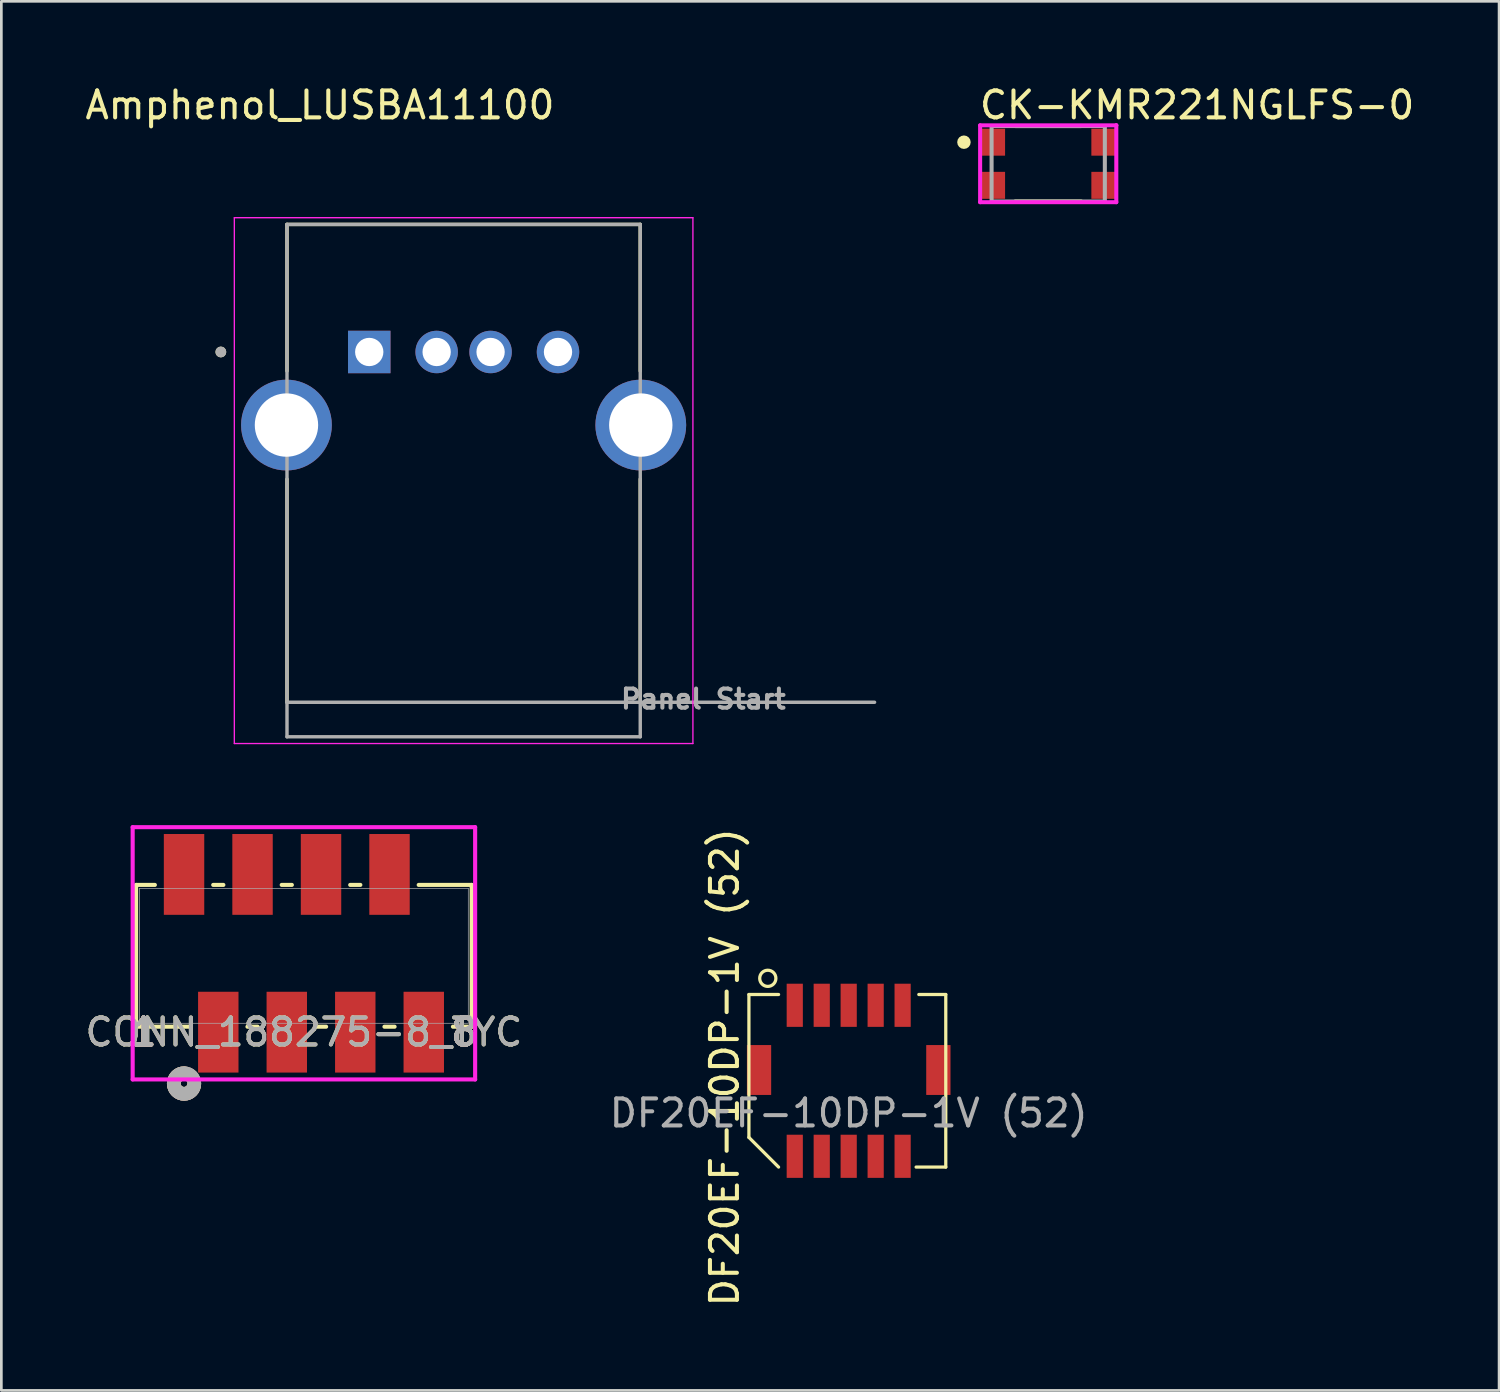
<source format=kicad_pcb>
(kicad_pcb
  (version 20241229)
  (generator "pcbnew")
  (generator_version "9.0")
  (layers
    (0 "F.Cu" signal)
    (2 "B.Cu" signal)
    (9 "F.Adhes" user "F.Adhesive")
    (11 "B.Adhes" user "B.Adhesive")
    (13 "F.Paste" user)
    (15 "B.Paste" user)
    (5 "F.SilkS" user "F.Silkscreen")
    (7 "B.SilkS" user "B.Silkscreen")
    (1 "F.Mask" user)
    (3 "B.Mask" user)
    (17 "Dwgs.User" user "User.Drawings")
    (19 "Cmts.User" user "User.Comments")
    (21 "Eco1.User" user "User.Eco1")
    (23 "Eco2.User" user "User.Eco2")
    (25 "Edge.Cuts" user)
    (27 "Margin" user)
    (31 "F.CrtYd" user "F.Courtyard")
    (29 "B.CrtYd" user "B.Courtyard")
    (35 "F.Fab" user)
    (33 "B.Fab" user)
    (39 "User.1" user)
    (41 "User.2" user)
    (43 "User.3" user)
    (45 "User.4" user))
  (footprint "CK-KMR221NGLFS-0"
    (layer "F.Cu")
    (at 35.822 3.023)
    (property "Reference" "CK-KMR221NGLFS-0" (at -2.625 -2.175 0) (layer "F.SilkS") (effects (font (size 1 1) (thickness 0.15)) (justify left)))
    (attr through_hole)
    (fp_line (start -1.225 -1.4) (end 1.225 -1.4) (stroke (width 0.15) (type solid)) (layer "F.SilkS"))
    (fp_line (start -1.225 1.4) (end 1.225 1.4) (stroke (width 0.15) (type solid)) (layer "F.SilkS"))
    (fp_circle (center -3.125 -0.8) (end -3 -0.8) (stroke (width 0.25) (type solid)) (fill no) (layer "F.SilkS"))
    (fp_line (start -2.525 -1.425) (end -2.525 1.425) (stroke (width 0.15) (type solid)) (layer "F.CrtYd"))
    (fp_line (start -2.525 1.425) (end 2.525 1.425) (stroke (width 0.15) (type solid)) (layer "F.CrtYd"))
    (fp_line (start 2.525 -1.425) (end -2.525 -1.425) (stroke (width 0.15) (type solid)) (layer "F.CrtYd"))
    (fp_line (start 2.525 -1.425) (end 2.525 -1.425) (stroke (width 0.15) (type solid)) (layer "F.CrtYd"))
    (fp_line (start 2.525 1.425) (end 2.525 -1.425) (stroke (width 0.15) (type solid)) (layer "F.CrtYd"))
    (fp_line (start -2.1 -1.4) (end 2.1 -1.4) (stroke (width 0.15) (type solid)) (layer "F.Fab"))
    (fp_line (start -2.1 1.4) (end -2.1 -1.4) (stroke (width 0.15) (type solid)) (layer "F.Fab"))
    (fp_line (start 2.1 -1.4) (end 2.1 1.4) (stroke (width 0.15) (type solid)) (layer "F.Fab"))
    (fp_line (start 2.1 1.4) (end -2.1 1.4) (stroke (width 0.15) (type solid)) (layer "F.Fab"))
    (pad "1" smd rect (at -2.05 -0.8) (size 0.9 1) (layers "F.Cu" "F.Mask" "F.Paste"))
    (pad "2" smd rect (at 2.05 -0.8) (size 0.9 1) (layers "F.Cu" "F.Mask" "F.Paste"))
    (pad "3" smd rect (at -2.05 0.8) (size 0.9 1) (layers "F.Cu" "F.Mask" "F.Paste"))
    (pad "4" smd rect (at 2.05 0.8) (size 0.9 1) (layers "F.Cu" "F.Mask" "F.Paste")))
  (footprint "Amphenol_LUSBA11100"
    (layer "F.Cu")
    (at 14.143 12.713)
    (property "Reference" "Amphenol_LUSBA11100" (at -5.328 -11.865 0) (layer "F.SilkS") (effects (font (size 1 1) (thickness 0.15))))
    (attr through_hole)
    (fp_line (start -6.55 -7.44) (end -6.55 -2.003) (stroke (width 0.127) (type solid)) (layer "F.SilkS"))
    (fp_line (start -6.55 10.28) (end -6.55 2.003) (stroke (width 0.127) (type solid)) (layer "F.SilkS"))
    (fp_line (start 6.55 -7.44) (end -6.55 -7.44) (stroke (width 0.127) (type solid)) (layer "F.SilkS"))
    (fp_line (start 6.55 -2.003) (end 6.55 -7.44) (stroke (width 0.127) (type solid)) (layer "F.SilkS"))
    (fp_line (start 6.55 10.28) (end 6.55 2.003) (stroke (width 0.127) (type solid)) (layer "F.SilkS"))
    (fp_circle (center -9.003 -2.71) (end -8.903 -2.71) (stroke (width 0.2) (type solid)) (fill no) (layer "F.SilkS"))
    (fp_line (start -8.503 -7.69) (end -8.503 11.81) (stroke (width 0.05) (type solid)) (layer "F.CrtYd"))
    (fp_line (start -8.503 11.81) (end 8.503 11.81) (stroke (width 0.05) (type solid)) (layer "F.CrtYd"))
    (fp_line (start 8.503 -7.69) (end -8.503 -7.69) (stroke (width 0.05) (type solid)) (layer "F.CrtYd"))
    (fp_line (start 8.503 11.81) (end 8.503 -7.69) (stroke (width 0.05) (type solid)) (layer "F.CrtYd"))
    (fp_line (start -6.55 -7.44) (end -6.55 10.28) (stroke (width 0.127) (type solid)) (layer "F.Fab"))
    (fp_line (start -6.55 10.28) (end -6.55 11.56) (stroke (width 0.127) (type solid)) (layer "F.Fab"))
    (fp_line (start -6.55 10.28) (end 6.55 10.28) (stroke (width 0.127) (type solid)) (layer "F.Fab"))
    (fp_line (start -6.55 11.56) (end 6.55 11.56) (stroke (width 0.127) (type solid)) (layer "F.Fab"))
    (fp_line (start 6.55 -7.44) (end -6.55 -7.44) (stroke (width 0.127) (type solid)) (layer "F.Fab"))
    (fp_line (start 6.55 10.28) (end 6.55 -7.44) (stroke (width 0.127) (type solid)) (layer "F.Fab"))
    (fp_line (start 6.55 10.28) (end 15.24 10.28) (stroke (width 0.127) (type solid)) (layer "F.Fab"))
    (fp_line (start 6.55 11.56) (end 6.55 10.28) (stroke (width 0.127) (type solid)) (layer "F.Fab"))
    (fp_circle (center -9.003 -2.71) (end -8.903 -2.71) (stroke (width 0.2) (type solid)) (fill no) (layer "F.Fab"))
    (fp_text user "Panel Start" (at 8.89 10.16 0) (layer "F.Fab") (effects (font (size 0.709 0.709) (thickness 0.15))))
    (pad "1" thru_hole rect (at -3.5 -2.71) (size 1.575 1.575) (drill 1.05) (layers "*.Cu" "*.Mask"))
    (pad "2" thru_hole circle (at -1 -2.71) (size 1.575 1.575) (drill 1.05) (layers "*.Cu" "*.Mask"))
    (pad "3" thru_hole circle (at 1 -2.71) (size 1.575 1.575) (drill 1.05) (layers "*.Cu" "*.Mask"))
    (pad "4" thru_hole circle (at 3.5 -2.71) (size 1.575 1.575) (drill 1.05) (layers "*.Cu" "*.Mask"))
    (pad "SH1" thru_hole circle (at -6.57 0) (size 3.366 3.366) (drill 2.35) (layers "*.Cu" "*.Mask"))
    (pad "SH2" thru_hole circle (at 6.57 0) (size 3.366 3.366) (drill 2.35) (layers "*.Cu" "*.Mask")))
  (footprint "CONN_188275-8_TYC"
    (layer "F.Cu")
    (at 3.775 35.227)
    (property "Reference" "CONN_188275-8_TYC" (at 4.445 0 0) (unlocked yes) (layer "F.SilkS") (effects (font (size 1 1) (thickness 0.15))))
    (attr smd)
    (fp_line (start -1.778 -5.461) (end -1.778 -0.203) (stroke (width 0.152) (type solid)) (layer "F.SilkS"))
    (fp_line (start -1.778 -0.203) (end 0.188 -0.203) (stroke (width 0.152) (type solid)) (layer "F.SilkS"))
    (fp_line (start -1.082 -5.461) (end -1.778 -5.461) (stroke (width 0.152) (type solid)) (layer "F.SilkS"))
    (fp_line (start 1.458 -5.461) (end 1.082 -5.461) (stroke (width 0.152) (type solid)) (layer "F.SilkS"))
    (fp_line (start 2.352 -0.203) (end 2.728 -0.203) (stroke (width 0.152) (type solid)) (layer "F.SilkS"))
    (fp_line (start 3.998 -5.461) (end 3.622 -5.461) (stroke (width 0.152) (type solid)) (layer "F.SilkS"))
    (fp_line (start 4.892 -0.203) (end 5.268 -0.203) (stroke (width 0.152) (type solid)) (layer "F.SilkS"))
    (fp_line (start 6.538 -5.461) (end 6.162 -5.461) (stroke (width 0.152) (type solid)) (layer "F.SilkS"))
    (fp_line (start 7.432 -0.203) (end 7.808 -0.203) (stroke (width 0.152) (type solid)) (layer "F.SilkS"))
    (fp_line (start 9.972 -0.203) (end 10.668 -0.203) (stroke (width 0.152) (type solid)) (layer "F.SilkS"))
    (fp_line (start 10.668 -5.461) (end 8.702 -5.461) (stroke (width 0.152) (type solid)) (layer "F.SilkS"))
    (fp_line (start 10.668 -0.203) (end 10.668 -5.461) (stroke (width 0.152) (type solid)) (layer "F.SilkS"))
    (fp_arc (start 0.372066 1.987025) (mid -0.300348 2.139418) (end 0.0108 1.524153) (stroke (width 0.508) (type solid)) (layer "F.SilkS"))
    (fp_circle (center 0 1.905) (end 0.381 1.905) (stroke (width 0.508) (type solid)) (fill no) (layer "B.SilkS"))
    (fp_line (start -1.905 -7.602) (end -1.905 1.753) (stroke (width 0.152) (type solid)) (layer "F.CrtYd"))
    (fp_line (start -1.905 1.753) (end 10.795 1.753) (stroke (width 0.152) (type solid)) (layer "F.CrtYd"))
    (fp_line (start 10.795 -7.602) (end -1.905 -7.602) (stroke (width 0.152) (type solid)) (layer "F.CrtYd"))
    (fp_line (start 10.795 1.753) (end 10.795 -7.602) (stroke (width 0.152) (type solid)) (layer "F.CrtYd"))
    (fp_line (start -1.651 -5.334) (end -1.651 -0.33) (stroke (width 0.025) (type solid)) (layer "F.Fab"))
    (fp_line (start -1.651 -0.33) (end 10.541 -0.33) (stroke (width 0.025) (type solid)) (layer "F.Fab"))
    (fp_line (start 10.541 -5.334) (end -1.651 -5.334) (stroke (width 0.025) (type solid)) (layer "F.Fab"))
    (fp_line (start 10.541 -0.33) (end 10.541 -5.334) (stroke (width 0.025) (type solid)) (layer "F.Fab"))
    (fp_circle (center 0 1.905) (end 0.381 1.905) (stroke (width 0.508) (type solid)) (fill no) (layer "F.Fab"))
    (fp_text user "8" (at 10.389 0 0) (unlocked yes) (layer "F.SilkS") (effects (font (size 1 1) (thickness 0.15))))
    (fp_text user "1" (at -1.499 0 0) (unlocked yes) (layer "F.SilkS") (effects (font (size 1 1) (thickness 0.15))))
    (fp_text user "1" (at -1.499 0 0) (unlocked yes) (layer "F.SilkS") (effects (font (size 1 1) (thickness 0.15))))
    (fp_text user "8" (at 10.389 0 0) (unlocked yes) (layer "F.SilkS") (effects (font (size 1 1) (thickness 0.15))))
    (fp_text user "1" (at -1.499 0 0) (unlocked yes) (layer "B.SilkS") (effects (font (size 1 1) (thickness 0.15))))
    (fp_text user "8" (at 10.389 0 0) (unlocked yes) (layer "B.SilkS") (effects (font (size 1 1) (thickness 0.15))))
    (fp_text user "8" (at 10.389 0 0) (unlocked yes) (layer "B.SilkS") (effects (font (size 1 1) (thickness 0.15))))
    (fp_text user "1" (at -1.499 0 0) (unlocked yes) (layer "B.SilkS") (effects (font (size 1 1) (thickness 0.15))))
    (fp_text user "${REFERENCE}" (at 4.445 0 0) (unlocked yes) (layer "F.Fab") (effects (font (size 1 1) (thickness 0.15))))
    (fp_text user "1" (at -1.499 0 0) (unlocked yes) (layer "F.Fab") (effects (font (size 1 1) (thickness 0.15))))
    (fp_text user "8" (at 10.389 0 0) (unlocked yes) (layer "F.Fab") (effects (font (size 1 1) (thickness 0.15))))
    (fp_text user "8" (at 10.389 0 0) (unlocked yes) (layer "F.Fab") (effects (font (size 1 1) (thickness 0.15))))
    (fp_text user "1" (at -1.499 0 0) (unlocked yes) (layer "F.Fab") (effects (font (size 1 1) (thickness 0.15))))
    (pad "1" smd rect (at 0 -5.85) (size 1.499 2.997) (layers "F.Cu" "F.Mask" "F.Paste"))
    (pad "2" smd rect (at 1.27 0) (size 1.499 2.997) (layers "F.Cu" "F.Mask" "F.Paste"))
    (pad "3" smd rect (at 2.54 -5.85) (size 1.499 2.997) (layers "F.Cu" "F.Mask" "F.Paste"))
    (pad "4" smd rect (at 3.81 0) (size 1.499 2.997) (layers "F.Cu" "F.Mask" "F.Paste"))
    (pad "5" smd rect (at 5.08 -5.85) (size 1.499 2.997) (layers "F.Cu" "F.Mask" "F.Paste"))
    (pad "6" smd rect (at 6.35 0) (size 1.499 2.997) (layers "F.Cu" "F.Mask" "F.Paste"))
    (pad "7" smd rect (at 7.62 -5.85) (size 1.499 2.997) (layers "F.Cu" "F.Mask" "F.Paste"))
    (pad "8" smd rect (at 8.89 0) (size 1.499 2.997) (layers "F.Cu" "F.Mask" "F.Paste")))
  (footprint "DF20EF-10DP-1V (52)"
    (layer "F.Cu")
    (at 26.423 34.23)
    (property "Reference" "DF20EF-10DP-1V (52)" (at -2.6 2.3 90) (unlocked yes) (layer "F.SilkS") (effects (font (size 1 1) (thickness 0.15))))
    (attr smd)
    (fp_line (start -1.7 -0.4) (end -0.6 -0.4) (stroke (width 0.12) (type default)) (layer "F.SilkS"))
    (fp_line (start -1.7 4.9) (end -1.7 -0.4) (stroke (width 0.12) (type default)) (layer "F.SilkS"))
    (fp_line (start -0.6 6) (end -1.7 4.9) (stroke (width 0.12) (type default)) (layer "F.SilkS"))
    (fp_line (start 5.6 -0.4) (end 4.6 -0.4) (stroke (width 0.12) (type default)) (layer "F.SilkS"))
    (fp_line (start 5.6 -0.4) (end 5.6 6) (stroke (width 0.12) (type default)) (layer "F.SilkS"))
    (fp_line (start 5.6 6) (end 4.5 6) (stroke (width 0.12) (type default)) (layer "F.SilkS"))
    (fp_circle (center -1 -1) (end -1.3 -1) (stroke (width 0.12) (type default)) (fill no) (layer "F.SilkS"))
    (fp_text user "${REFERENCE}" (at 2 4 0) (unlocked yes) (layer "F.Fab") (effects (font (size 1 1) (thickness 0.15))))
    (pad "1" smd rect (at 0 0) (size 0.6 1.6) (layers "F.Cu" "F.Mask" "F.Paste"))
    (pad "2" smd rect (at 0 5.6) (size 0.6 1.6) (layers "F.Cu" "F.Mask" "F.Paste"))
    (pad "3" smd rect (at 1 0) (size 0.6 1.6) (layers "F.Cu" "F.Mask" "F.Paste"))
    (pad "4" smd rect (at 1 5.6) (size 0.6 1.6) (layers "F.Cu" "F.Mask" "F.Paste"))
    (pad "5" smd rect (at 2 0) (size 0.6 1.6) (layers "F.Cu" "F.Mask" "F.Paste"))
    (pad "6" smd rect (at 2 5.6) (size 0.6 1.6) (layers "F.Cu" "F.Mask" "F.Paste"))
    (pad "7" smd rect (at 3 0) (size 0.6 1.6) (layers "F.Cu" "F.Mask" "F.Paste"))
    (pad "8" smd rect (at 3 5.6) (size 0.6 1.6) (layers "F.Cu" "F.Mask" "F.Paste"))
    (pad "9" smd rect (at 4 0) (size 0.6 1.6) (layers "F.Cu" "F.Mask" "F.Paste"))
    (pad "10" smd rect (at 4 5.6) (size 0.6 1.6) (layers "F.Cu" "F.Mask" "F.Paste"))
    (pad "MP" smd rect (at -1.325 2.4) (size 0.9 1.85) (layers "F.Cu" "F.Mask" "F.Paste"))
    (pad "MP" smd rect (at 5.325 2.4) (size 0.9 1.85) (layers "F.Cu" "F.Mask" "F.Paste")))
  (gr_rect
    (start -3 -3)
    (end 52.542 48.513)
    (stroke (width 0.1) (type default))
    (fill no)
    (layer "Edge.Cuts")))
</source>
